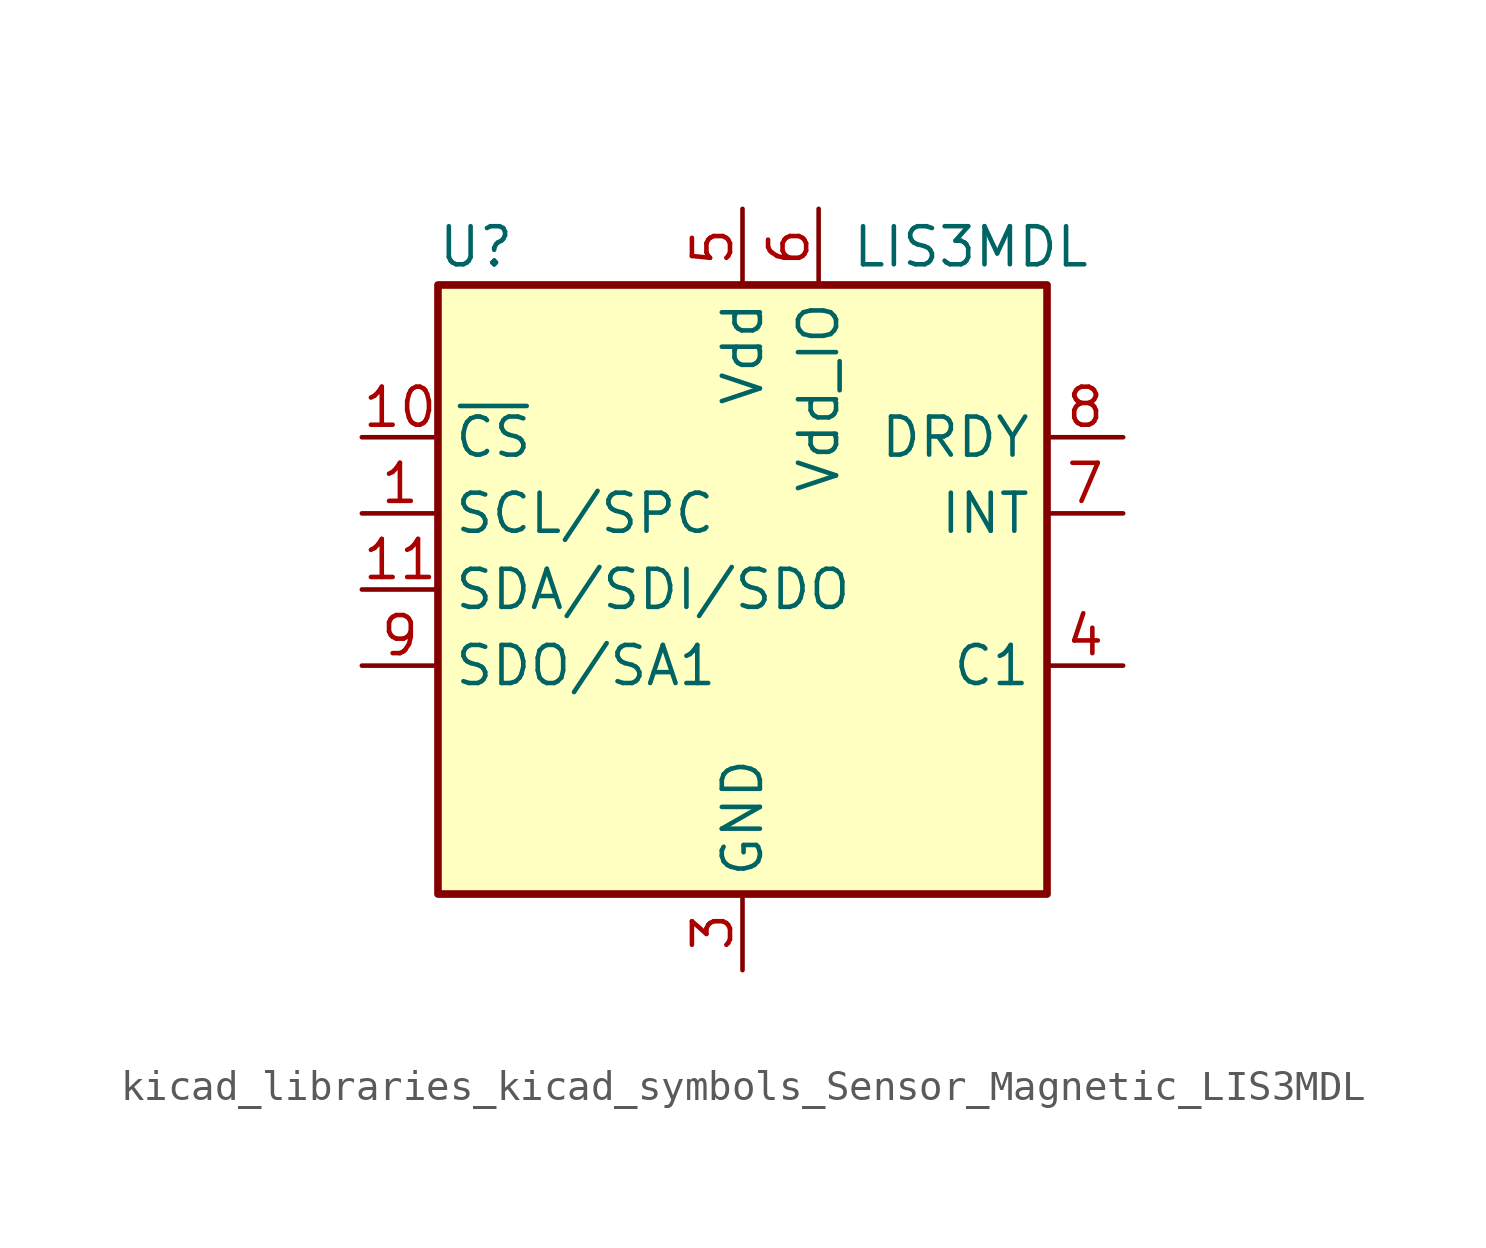
<source format=kicad_sym>
(kicad_symbol_lib
  (version 20220914)
  (generator kicad_symbol_editor)
  (symbol "kicad_libraries_kicad_symbols_Sensor_Magnetic_LIS3MDL"
    (property "Reference" "U"
      (at -8.89 11.43 0)
      (effects (font (size 1.27 1.27))))
    (property "Value" "LIS3MDL"
      (at 7.62 11.43 0)
      (effects (font (size 1.27 1.27))))
    (symbol "kicad_libraries_kicad_symbols_Sensor_Magnetic_LIS3MDL_0_1"
      (rectangle (start -10.16 10.16) (end 10.16 -10.16) (stroke (width 0.254) (type default)) (fill (type background))))
    (symbol "kicad_libraries_kicad_symbols_Sensor_Magnetic_LIS3MDL_1_1"
      (pin input line (at -12.7 2.54 0) (length 2.54) (name "SCL/SPC" (effects (font (size 1.27 1.27)))) (number "1" (effects (font (size 1.27 1.27)))))
      (pin input line (at -12.7 5.08 0) (length 2.54) (name "~{CS}" (effects (font (size 1.27 1.27)))) (number "10" (effects (font (size 1.27 1.27)))))
      (pin bidirectional line (at -12.7 0 0) (length 2.54) (name "SDA/SDI/SDO" (effects (font (size 1.27 1.27)))) (number "11" (effects (font (size 1.27 1.27)))))
      (pin passive line (at 0 -12.7 90) (length 2.54) hide (name "GND" (effects (font (size 1.27 1.27)))) (number "12" (effects (font (size 1.27 1.27)))))
      (pin passive line (at 0 -12.7 90) (length 2.54) hide (name "GND" (effects (font (size 1.27 1.27)))) (number "2" (effects (font (size 1.27 1.27)))))
      (pin power_in line (at 0 -12.7 90) (length 2.54) (name "GND" (effects (font (size 1.27 1.27)))) (number "3" (effects (font (size 1.27 1.27)))))
      (pin power_out line (at 12.7 -2.54 180) (length 2.54) (name "C1" (effects (font (size 1.27 1.27)))) (number "4" (effects (font (size 1.27 1.27)))))
      (pin power_in line (at 0 12.7 270) (length 2.54) (name "Vdd" (effects (font (size 1.27 1.27)))) (number "5" (effects (font (size 1.27 1.27)))))
      (pin power_in line (at 2.54 12.7 270) (length 2.54) (name "Vdd_IO" (effects (font (size 1.27 1.27)))) (number "6" (effects (font (size 1.27 1.27)))))
      (pin output line (at 12.7 2.54 180) (length 2.54) (name "INT" (effects (font (size 1.27 1.27)))) (number "7" (effects (font (size 1.27 1.27)))))
      (pin output line (at 12.7 5.08 180) (length 2.54) (name "DRDY" (effects (font (size 1.27 1.27)))) (number "8" (effects (font (size 1.27 1.27)))))
      (pin bidirectional line (at -12.7 -2.54 0) (length 2.54) (name "SDO/SA1" (effects (font (size 1.27 1.27)))) (number "9" (effects (font (size 1.27 1.27))))))))
</source>
